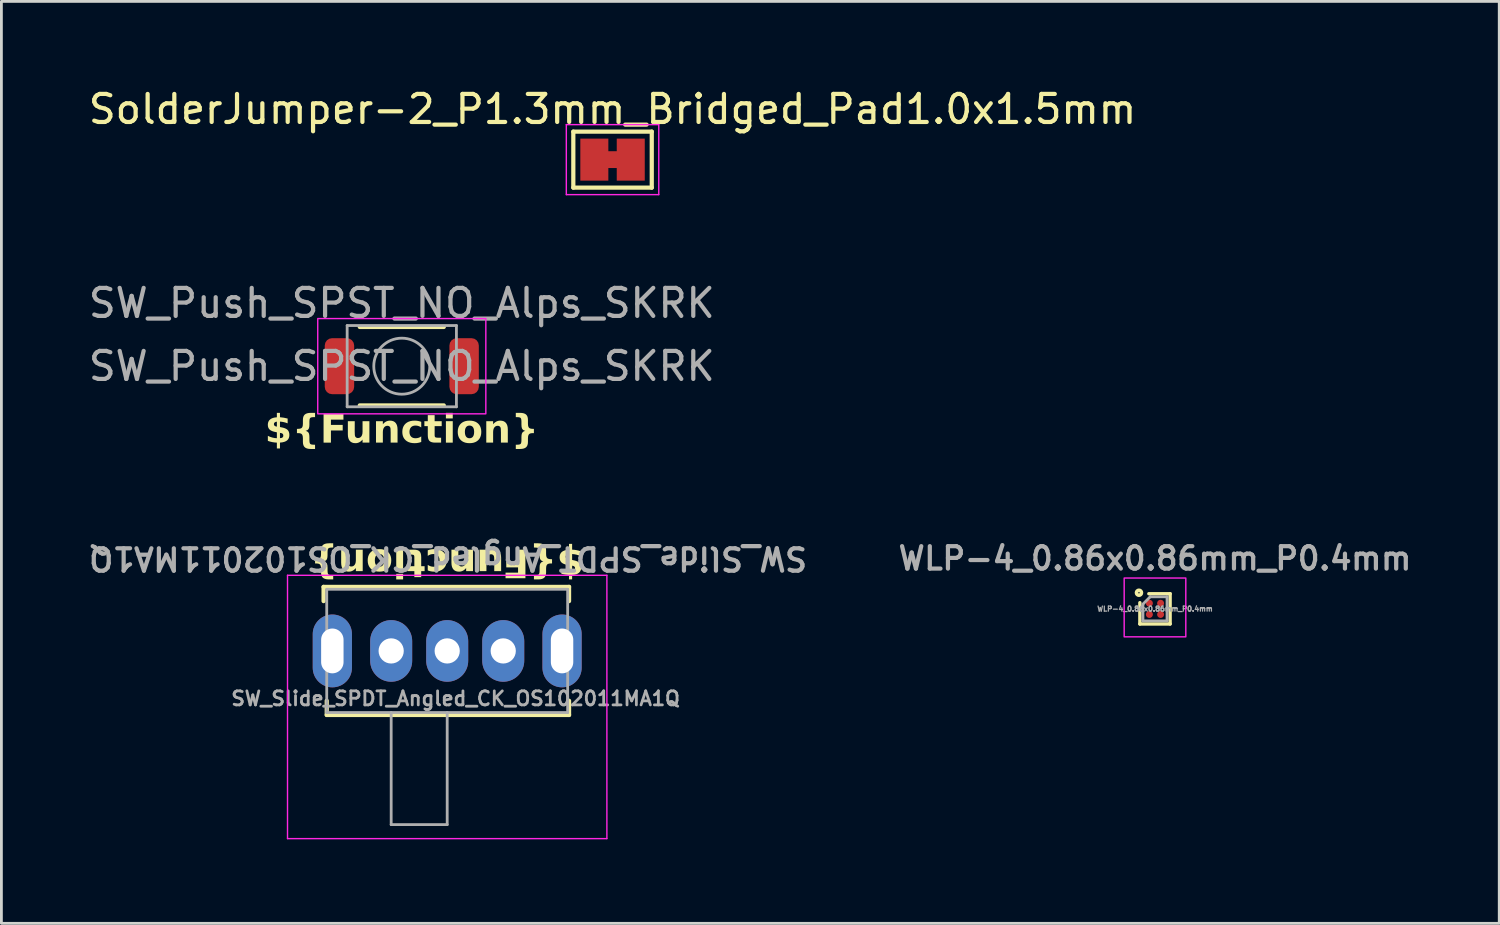
<source format=kicad_pcb>
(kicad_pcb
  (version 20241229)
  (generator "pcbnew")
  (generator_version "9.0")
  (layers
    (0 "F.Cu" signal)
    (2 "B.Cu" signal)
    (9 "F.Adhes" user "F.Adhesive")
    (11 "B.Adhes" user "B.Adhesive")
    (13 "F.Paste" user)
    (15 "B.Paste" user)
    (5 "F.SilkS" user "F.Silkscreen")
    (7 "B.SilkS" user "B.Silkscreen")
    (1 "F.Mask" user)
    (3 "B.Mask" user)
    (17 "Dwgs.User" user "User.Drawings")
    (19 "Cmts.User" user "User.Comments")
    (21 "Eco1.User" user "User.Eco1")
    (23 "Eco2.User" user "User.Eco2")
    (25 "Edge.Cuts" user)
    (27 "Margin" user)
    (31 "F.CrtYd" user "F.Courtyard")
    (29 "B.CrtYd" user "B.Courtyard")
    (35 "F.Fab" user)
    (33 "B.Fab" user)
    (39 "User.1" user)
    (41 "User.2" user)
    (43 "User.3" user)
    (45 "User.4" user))
  (footprint "WLP-4_0.86x0.86mm_P0.4mm"
    (layer "F.Cu")
    (at 38.178 18.683)
    (property "Reference" "WLP-4_0.86x0.86mm_P0.4mm" (at 0 -1.8 0) (layer "F.Fab") (effects (font (size 0.8 0.8) (thickness 0.15))))
    (attr smd)
    (fp_line (start -0.54 -0.22) (end -0.54 0.54) (stroke (width 0.12) (type solid)) (layer "F.SilkS"))
    (fp_line (start -0.54 0.54) (end 0.54 0.54) (stroke (width 0.12) (type solid)) (layer "F.SilkS"))
    (fp_line (start -0.22 -0.54) (end 0.54 -0.54) (stroke (width 0.12) (type solid)) (layer "F.SilkS"))
    (fp_line (start 0.54 0.54) (end 0.54 -0.54) (stroke (width 0.12) (type solid)) (layer "F.SilkS"))
    (fp_circle (center -0.572 -0.575) (end -0.572 -0.6) (stroke (width 0.1) (type default)) (fill no) (layer "F.SilkS"))
    (fp_circle (center -0.572 -0.575) (end -0.472 -0.6) (stroke (width 0.1) (type default)) (fill no) (layer "F.SilkS"))
    (fp_rect (start -1.1 -1.1) (end 1.1 1) (stroke (width 0.05) (type default)) (fill no) (layer "F.CrtYd"))
    (fp_line (start -0.43 -0.16) (end -0.43 0.43) (stroke (width 0.1) (type solid)) (layer "F.Fab"))
    (fp_line (start -0.17 -0.43) (end -0.43 -0.17) (stroke (width 0.1) (type solid)) (layer "F.Fab"))
    (fp_line (start 0.43 -0.43) (end -0.17 -0.43) (stroke (width 0.1) (type solid)) (layer "F.Fab"))
    (fp_line (start 0.43 -0.43) (end 0.43 0.43) (stroke (width 0.1) (type solid)) (layer "F.Fab"))
    (fp_line (start 0.43 0.43) (end -0.43 0.43) (stroke (width 0.1) (type solid)) (layer "F.Fab"))
    (fp_text user "${REFERENCE}" (at 0 0 0) (layer "F.Fab") (effects (font (size 0.18 0.18) (thickness 0.045))))
    (pad "A1" smd circle (at -0.2 -0.2) (size 0.25 0.25) (property pad_prop_bga) (layers "F.Cu" "F.Mask" "F.Paste"))
    (pad "A2" smd circle (at 0.2 -0.2) (size 0.25 0.25) (property pad_prop_bga) (layers "F.Cu" "F.Mask" "F.Paste"))
    (pad "B1" smd circle (at -0.2 0.2) (size 0.25 0.25) (property pad_prop_bga) (layers "F.Cu" "F.Mask" "F.Paste"))
    (pad "B2" smd circle (at 0.2 0.2) (size 0.25 0.25) (property pad_prop_bga) (layers "F.Cu" "F.Mask" "F.Paste"))
    (zone (net_name "") (layer "F.Cu") (name "Avoid Fill") (hatch edge 0.5) (connect_pads) (min_thickness 0.25) (filled_areas_thickness no) (keepout (tracks allowed) (vias allowed) (pads allowed) (copperpour not_allowed) (footprints allowed)) (placement (enabled no)) (fill) (polygon (pts (xy 37.078 17.583) (xy 39.278 17.583) (xy 39.278 19.683) (xy 37.078 19.683)))))
  (footprint "SW_Push_SPST_NO_Alps_SKRK"
    (layer "F.Cu")
    (at 11.292 10.021)
    (property "Reference" "SW_Push_SPST_NO_Alps_SKRK" (at 0 -2.25 0) (layer "F.Fab") (effects (font (size 1 1) (thickness 0.15))))
    (attr smd)
    (fp_line (start -1.5 -1.4) (end 1.5 -1.4) (stroke (width 0.15) (type solid)) (layer "F.SilkS"))
    (fp_line (start 1.5 1.4) (end -1.5 1.4) (stroke (width 0.15) (type solid)) (layer "F.SilkS"))
    (fp_rect (start -3 -1.7) (end 3 1.7) (stroke (width 0.05) (type solid)) (fill no) (layer "F.CrtYd"))
    (fp_line (start -1.95 -1.45) (end 1.95 -1.45) (stroke (width 0.1) (type solid)) (layer "F.Fab"))
    (fp_line (start -1.95 1.45) (end -1.95 -1.45) (stroke (width 0.1) (type solid)) (layer "F.Fab"))
    (fp_line (start 1.95 -1.45) (end 1.95 1.45) (stroke (width 0.1) (type solid)) (layer "F.Fab"))
    (fp_line (start 1.95 1.45) (end -1.95 1.45) (stroke (width 0.1) (type solid)) (layer "F.Fab"))
    (fp_circle (center 0 0) (end 1 0) (stroke (width 0.1) (type solid)) (fill no) (layer "F.Fab"))
    (fp_text user "${Function}" (at 0 2.314 0) (unlocked yes) (layer "F.SilkS") (effects (font (face "Orbitron") (size 1 1) (thickness 0.2) (bold yes))))
    (fp_text user "${REFERENCE}" (at 0 0 0) (layer "F.Fab") (effects (font (size 1 1) (thickness 0.15))))
    (pad "1" smd roundrect (at -2.225 0) (size 1.05 2) (layers "F.Cu" "F.Mask" "F.Paste") (roundrect_rratio 0.25))
    (pad "2" smd roundrect (at 2.225 0) (size 1.05 2) (layers "F.Cu" "F.Mask" "F.Paste") (roundrect_rratio 0.25)))
  (footprint "SolderJumper-2_P1.3mm_Bridged_Pad1.0x1.5mm"
    (layer "F.Cu")
    (at 18.815 2.648)
    (property "Reference" "SolderJumper-2_P1.3mm_Bridged_Pad1.0x1.5mm" (at 0 -1.8 0) (layer "F.SilkS") (effects (font (size 1 1) (thickness 0.15))))
    (attr exclude_from_pos_files exclude_from_bom allow_soldermask_bridges)
    (fp_poly (pts (xy -0.25 -0.3) (xy 0.25 -0.3) (xy 0.25 0.3) (xy -0.25 0.3)) (stroke (width 0) (type solid)) (fill yes) (layer "F.Cu"))
    (fp_rect (start -0.15 -0.75) (end 0.15 0.75) (stroke (width 0) (type default)) (fill yes) (layer "F.Mask"))
    (fp_line (start -1.4 -1) (end 1.4 -1) (stroke (width 0.15) (type solid)) (layer "F.SilkS"))
    (fp_line (start -1.4 1) (end -1.4 -1) (stroke (width 0.15) (type solid)) (layer "F.SilkS"))
    (fp_line (start 1.4 -1) (end 1.4 1) (stroke (width 0.15) (type solid)) (layer "F.SilkS"))
    (fp_line (start 1.4 1) (end -1.4 1) (stroke (width 0.15) (type solid)) (layer "F.SilkS"))
    (fp_line (start -1.65 -1.25) (end -1.65 1.25) (stroke (width 0.05) (type solid)) (layer "F.CrtYd"))
    (fp_line (start -1.65 -1.25) (end 1.65 -1.25) (stroke (width 0.05) (type solid)) (layer "F.CrtYd"))
    (fp_line (start 1.65 1.25) (end -1.65 1.25) (stroke (width 0.05) (type solid)) (layer "F.CrtYd"))
    (fp_line (start 1.65 1.25) (end 1.65 -1.25) (stroke (width 0.05) (type solid)) (layer "F.CrtYd"))
    (pad "1" smd rect (at -0.65 0) (size 1 1.5) (layers "F.Cu" "F.Mask"))
    (pad "2" smd rect (at 0.65 0) (size 1 1.5) (layers "F.Cu" "F.Mask")))
  (footprint "SW_Slide_SPDT_Angled_CK_OS102011MA1Q"
    (layer "F.Cu")
    (at 10.913 20.185)
    (property "Reference" "SW_Slide_SPDT_Angled_CK_OS102011MA1Q" (at 2.032 -3.302 180) (unlocked yes) (layer "F.Fab") (effects (font (size 0.8 0.8) (thickness 0.15))))
    (attr through_hole)
    (fp_line (start -2.413 -2.286) (end -2.413 -1.778) (stroke (width 0.15) (type default)) (layer "F.SilkS"))
    (fp_line (start -2.413 -2.286) (end 6.35 -2.286) (stroke (width 0.15) (type solid)) (layer "F.SilkS"))
    (fp_line (start -2.3 1.778) (end -2.3 2.286) (stroke (width 0.15) (type default)) (layer "F.SilkS"))
    (fp_line (start -2.3 2.286) (end 6.35 2.286) (stroke (width 0.15) (type solid)) (layer "F.SilkS"))
    (fp_line (start 6.35 -2.286) (end 6.35 -1.778) (stroke (width 0.15) (type default)) (layer "F.SilkS"))
    (fp_line (start 6.35 1.778) (end 6.35 2.286) (stroke (width 0.15) (type default)) (layer "F.SilkS"))
    (fp_line (start -3.7 -2.7) (end 7.7 -2.7) (stroke (width 0.05) (type solid)) (layer "F.CrtYd"))
    (fp_line (start -3.7 6.7) (end -3.7 -2.7) (stroke (width 0.05) (type solid)) (layer "F.CrtYd"))
    (fp_line (start 7.7 -2.7) (end 7.7 6.7) (stroke (width 0.05) (type solid)) (layer "F.CrtYd"))
    (fp_line (start 7.7 6.7) (end -3.7 6.7) (stroke (width 0.05) (type solid)) (layer "F.CrtYd"))
    (fp_line (start -2.3 -2.2) (end -2.3 2.2) (stroke (width 0.1) (type solid)) (layer "F.Fab"))
    (fp_line (start -2.3 -2.2) (end 6.3 -2.2) (stroke (width 0.1) (type solid)) (layer "F.Fab"))
    (fp_line (start -2.3 2.2) (end 6.3 2.2) (stroke (width 0.1) (type solid)) (layer "F.Fab"))
    (fp_line (start 0 6.2) (end 0 2.2) (stroke (width 0.1) (type solid)) (layer "F.Fab"))
    (fp_line (start 2 2.2) (end 2 6.2) (stroke (width 0.1) (type solid)) (layer "F.Fab"))
    (fp_line (start 2 6.2) (end 0 6.2) (stroke (width 0.1) (type solid)) (layer "F.Fab"))
    (fp_line (start 6.3 2.2) (end 6.3 -2.2) (stroke (width 0.1) (type solid)) (layer "F.Fab"))
    (fp_text user "${Function}" (at 2 -3.2 180) (unlocked yes) (layer "F.SilkS") (effects (font (face "Orbitron") (size 1 1) (thickness 0.2) (bold yes))))
    (fp_text user "${REFERENCE}" (at 2.3 1.7 0) (layer "F.Fab") (effects (font (size 0.5 0.5) (thickness 0.1))))
    (pad "" thru_hole oval (at -2.1 0) (size 1.4 2.6) (drill oval 0.8 1.6) (layers "*.Cu" "*.Mask"))
    (pad "" thru_hole oval (at 6.1 0) (size 1.4 2.6) (drill oval 0.8 1.6) (layers "*.Cu" "*.Mask"))
    (pad "1" thru_hole oval (at 0 0) (size 1.5 2.2) (drill 0.9) (layers "*.Cu" "*.Mask"))
    (pad "2" thru_hole oval (at 2 0) (size 1.5 2.2) (drill 0.9) (layers "*.Cu" "*.Mask"))
    (pad "3" thru_hole oval (at 4 0) (size 1.5 2.2) (drill 0.9) (layers "*.Cu" "*.Mask")))
  (gr_rect
    (start -3 -3)
    (end 50.466 29.91)
    (stroke (width 0.1) (type default))
    (fill no)
    (layer "Edge.Cuts")))
</source>
